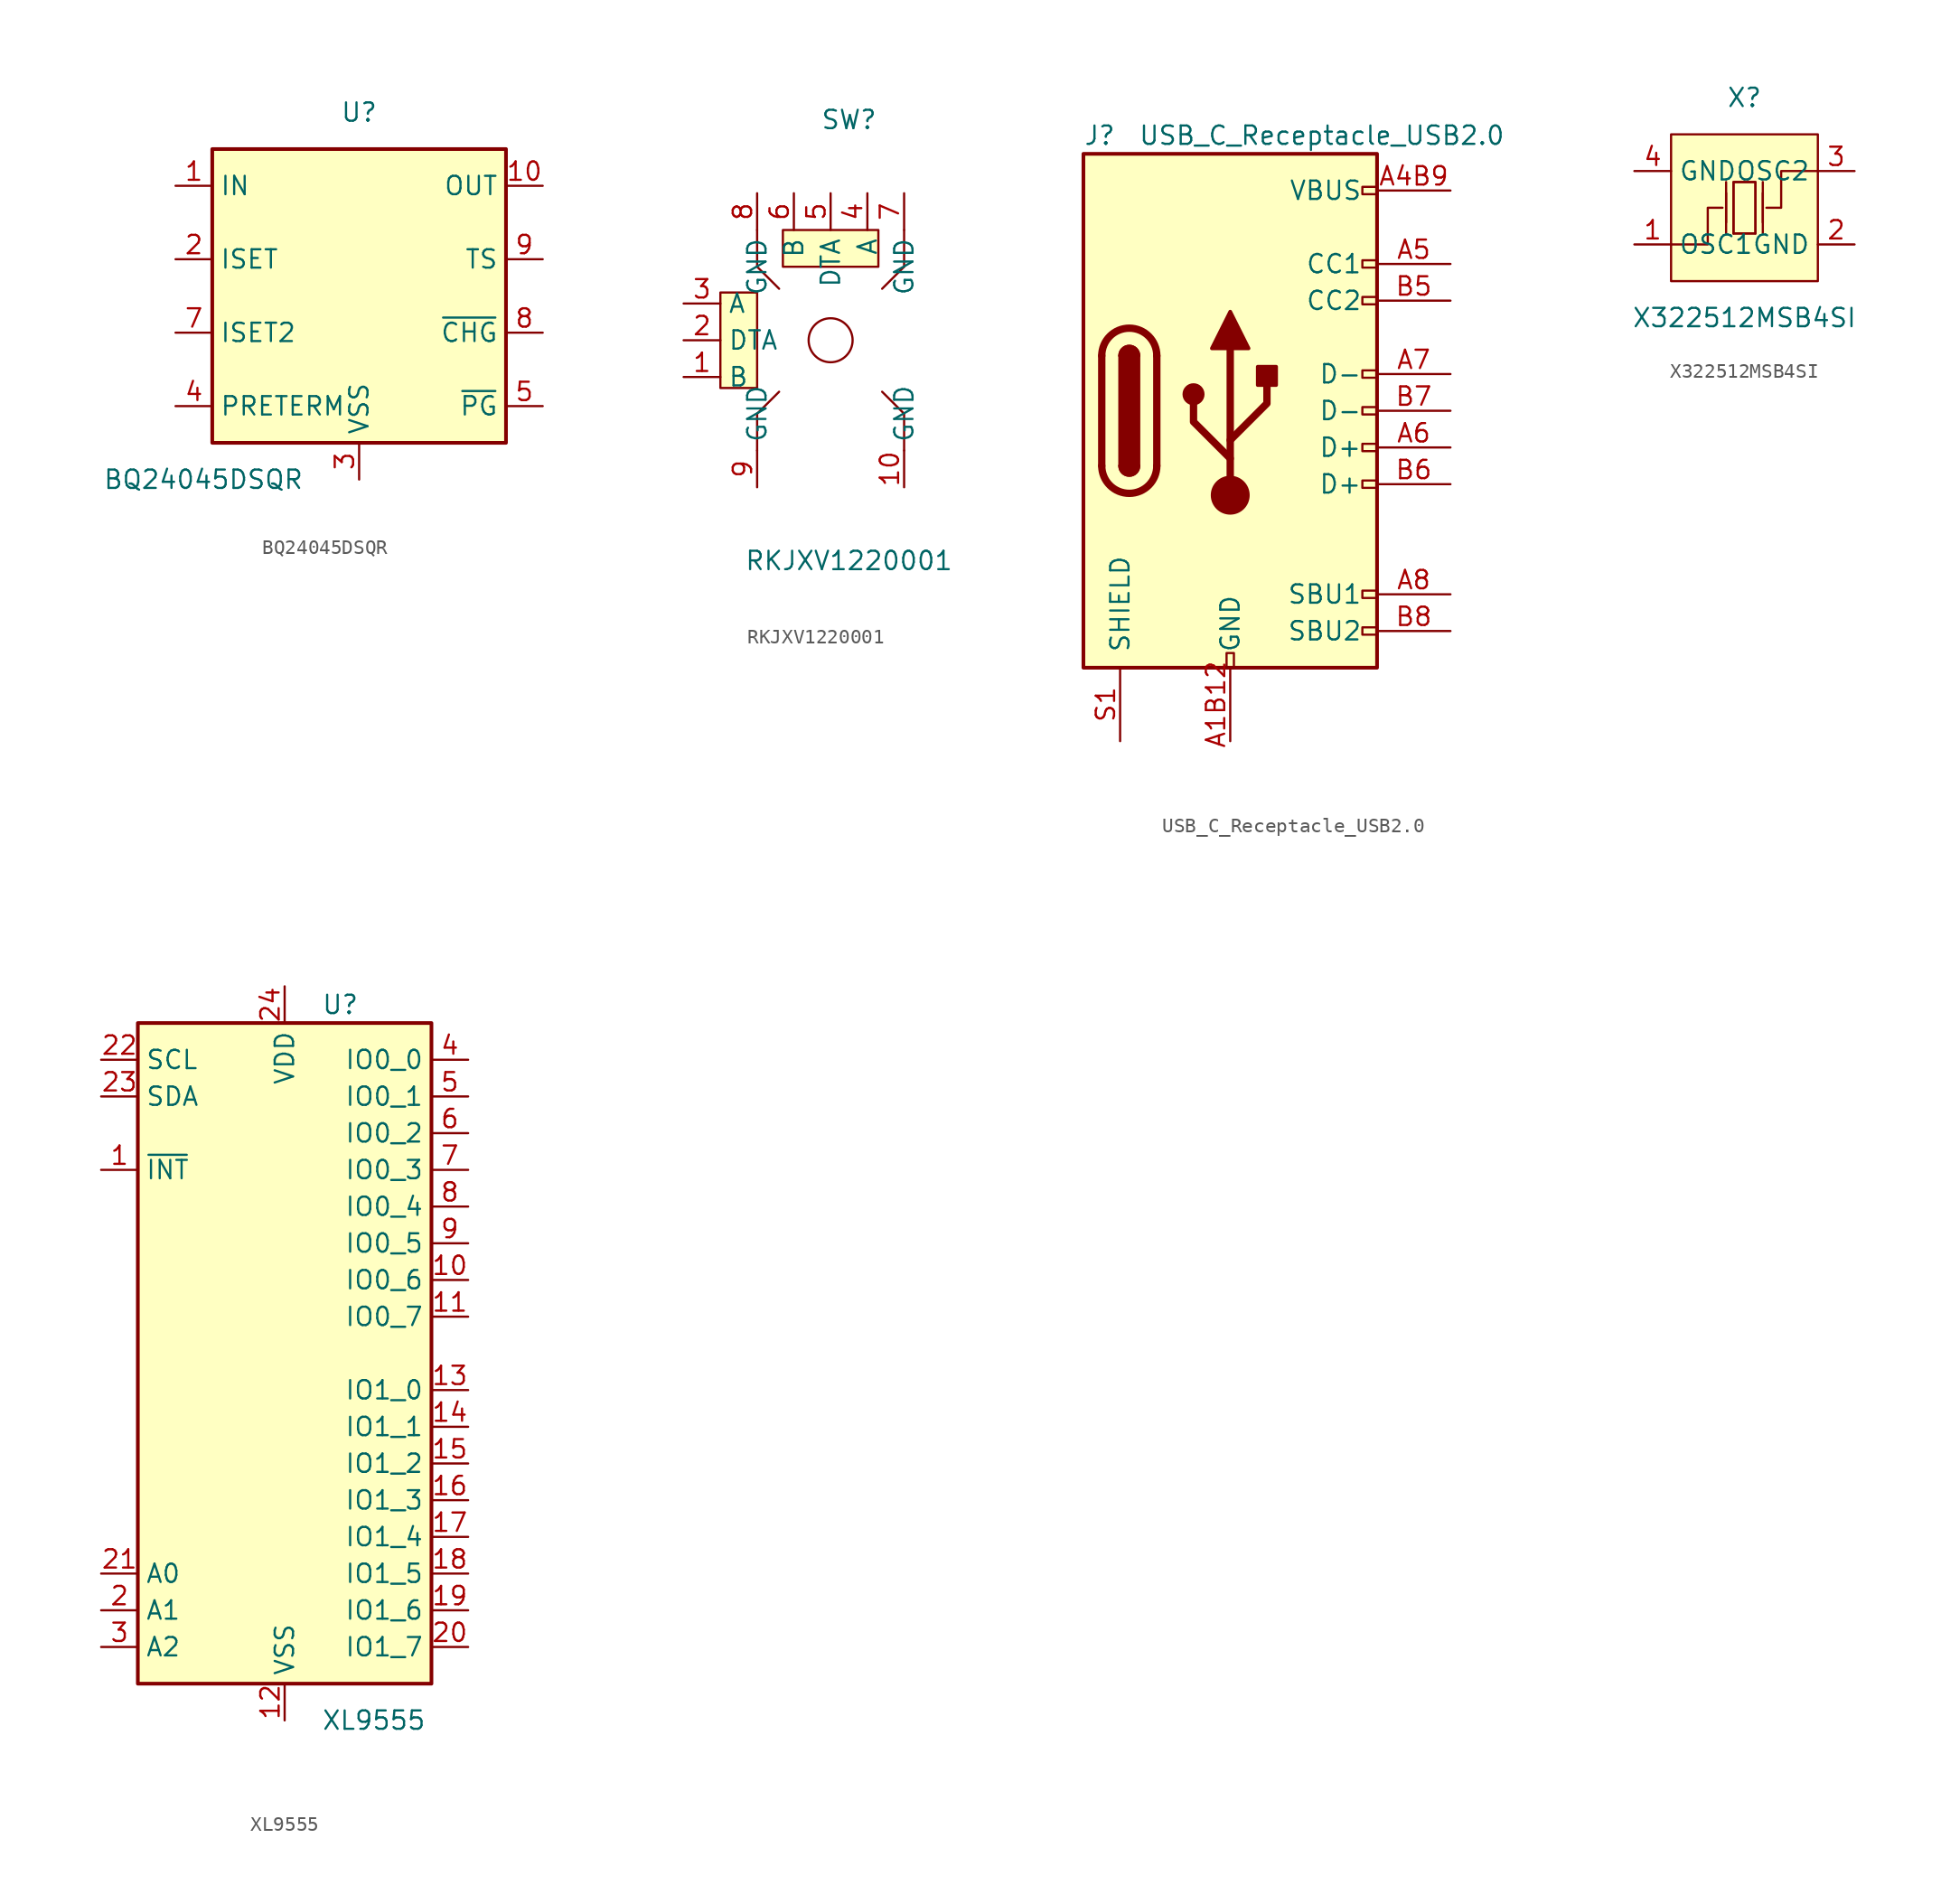
<source format=kicad_sym>
(kicad_symbol_lib
  (version 20220914)
  (generator kicad_symbol_editor)
  (symbol "BQ24045DSQR"
    (property "Reference" "U"
      (at 0 10.16 0)
      (effects (font (size 1.27 1.27))))
    (property "Value" "BQ24045DSQR"
      (at -3.81 -15.24 0)
      (effects (font (size 1.27 1.27)) (justify right)))
    (symbol "BQ24045DSQR_0_1"
      (rectangle (start -10.16 7.62) (end 10.16 -12.7) (stroke (width 0.254) (type default)) (fill (type background))))
    (symbol "BQ24045DSQR_1_1"
      (pin power_in line (at -12.7 5.08 0) (length 2.54) (name "IN" (effects (font (size 1.27 1.27)))) (number "1" (effects (font (size 1.27 1.27)))))
      (pin power_out line (at 12.7 5.08 180) (length 2.54) (name "OUT" (effects (font (size 1.27 1.27)))) (number "10" (effects (font (size 1.27 1.27)))))
      (pin passive line (at 0 -15.24 90) (length 2.54) hide (name "VSS" (effects (font (size 1.27 1.27)))) (number "11" (effects (font (size 1.27 1.27)))))
      (pin passive line (at -12.7 0 0) (length 2.54) (name "ISET" (effects (font (size 1.27 1.27)))) (number "2" (effects (font (size 1.27 1.27)))))
      (pin power_in line (at 0 -15.24 90) (length 2.54) (name "VSS" (effects (font (size 1.27 1.27)))) (number "3" (effects (font (size 1.27 1.27)))))
      (pin passive line (at -12.7 -10.16 0) (length 2.54) (name "PRETERM" (effects (font (size 1.27 1.27)))) (number "4" (effects (font (size 1.27 1.27)))))
      (pin open_collector line (at 12.7 -10.16 180) (length 2.54) (name "~{PG}" (effects (font (size 1.27 1.27)))) (number "5" (effects (font (size 1.27 1.27)))))
      (pin no_connect line (at 5.08 -12.7 90) (length 2.54) hide (name "NC" (effects (font (size 1.27 1.27)))) (number "6" (effects (font (size 1.27 1.27)))))
      (pin passive line (at -12.7 -5.08 0) (length 2.54) (name "ISET2" (effects (font (size 1.27 1.27)))) (number "7" (effects (font (size 1.27 1.27)))))
      (pin open_collector line (at 12.7 -5.08 180) (length 2.54) (name "~{CHG}" (effects (font (size 1.27 1.27)))) (number "8" (effects (font (size 1.27 1.27)))))
      (pin passive line (at 12.7 0 180) (length 2.54) (name "TS" (effects (font (size 1.27 1.27)))) (number "9" (effects (font (size 1.27 1.27)))))))
  (symbol "RKJXV1220001"
    (property "Reference" "SW"
      (at 0 15.24 0)
      (effects (font (size 1.27 1.27))))
    (property "Value" "RKJXV1220001"
      (at 0 -15.24 0)
      (effects (font (size 1.27 1.27))))
    (symbol "RKJXV1220001_0_1"
      (rectangle (start -8.89 3.3) (end -6.35 -3.3) (stroke (width 0) (type default)) (fill (type background)))
      (rectangle (start -4.57 7.62) (end 2.03 5.08) (stroke (width 0) (type default)) (fill (type background)))
      (circle (center -1.27 0) (radius 1.52) (stroke (width 0) (type default)) (fill (type none)))
      (polyline (pts (xy 3.81 5.08) (xy 2.29 3.56)) (stroke (width 0) (type default)) (fill (type none)))
      (polyline (pts (xy 3.81 5.08) (xy 3.81 7.62)) (stroke (width 0) (type default)) (fill (type none)))
      (polyline (pts (xy -6.35 -7.62) (xy -6.35 -5.08) (xy -4.83 -3.56)) (stroke (width 0) (type default)) (fill (type none)))
      (polyline (pts (xy -6.35 7.62) (xy -6.35 5.08) (xy -4.83 3.56)) (stroke (width 0) (type default)) (fill (type none)))
      (polyline (pts (xy 3.81 -7.62) (xy 3.81 -5.08) (xy 2.29 -3.56)) (stroke (width 0) (type default)) (fill (type none)))
      (pin unspecified line (at -11.43 -2.54 0) (length 2.54) (name "B" (effects (font (size 1.27 1.27)))) (number "1" (effects (font (size 1.27 1.27)))))
      (pin unspecified line (at 3.81 -10.16 90) (length 2.54) (name "GND" (effects (font (size 1.27 1.27)))) (number "10" (effects (font (size 1.27 1.27)))))
      (pin unspecified line (at -11.43 0 0) (length 2.54) (name "DTA" (effects (font (size 1.27 1.27)))) (number "2" (effects (font (size 1.27 1.27)))))
      (pin unspecified line (at -11.43 2.54 0) (length 2.54) (name "A" (effects (font (size 1.27 1.27)))) (number "3" (effects (font (size 1.27 1.27)))))
      (pin unspecified line (at 1.27 10.16 270) (length 2.54) (name "A" (effects (font (size 1.27 1.27)))) (number "4" (effects (font (size 1.27 1.27)))))
      (pin unspecified line (at -1.27 10.16 270) (length 2.54) (name "DTA" (effects (font (size 1.27 1.27)))) (number "5" (effects (font (size 1.27 1.27)))))
      (pin unspecified line (at -3.81 10.16 270) (length 2.54) (name "B" (effects (font (size 1.27 1.27)))) (number "6" (effects (font (size 1.27 1.27)))))
      (pin unspecified line (at 3.81 10.16 270) (length 2.54) (name "GND" (effects (font (size 1.27 1.27)))) (number "7" (effects (font (size 1.27 1.27)))))
      (pin unspecified line (at -6.35 10.16 270) (length 2.54) (name "GND" (effects (font (size 1.27 1.27)))) (number "8" (effects (font (size 1.27 1.27)))))
      (pin unspecified line (at -6.35 -10.16 90) (length 2.54) (name "GND" (effects (font (size 1.27 1.27)))) (number "9" (effects (font (size 1.27 1.27)))))))
  (symbol "USB_C_Receptacle_USB2.0"
    (pin_names
      (offset 1.016))
    (property "Reference" "J"
      (at -10.16 19.05 0)
      (effects (font (size 1.27 1.27)) (justify left)))
    (property "Value" "USB_C_Receptacle_USB2.0"
      (at 19.05 19.05 0)
      (effects (font (size 1.27 1.27)) (justify right)))
    (symbol "USB_C_Receptacle_USB2.0_0_0"
      (rectangle (start -0.254 -17.78) (end 0.254 -16.764) (stroke (width 0) (type default)) (fill (type none)))
      (rectangle (start 10.16 -14.986) (end 9.144 -15.494) (stroke (width 0) (type default)) (fill (type none)))
      (rectangle (start 10.16 -12.446) (end 9.144 -12.954) (stroke (width 0) (type default)) (fill (type none)))
      (rectangle (start 10.16 -4.826) (end 9.144 -5.334) (stroke (width 0) (type default)) (fill (type none)))
      (rectangle (start 10.16 -2.286) (end 9.144 -2.794) (stroke (width 0) (type default)) (fill (type none)))
      (rectangle (start 10.16 0.254) (end 9.144 -0.254) (stroke (width 0) (type default)) (fill (type none)))
      (rectangle (start 10.16 2.794) (end 9.144 2.286) (stroke (width 0) (type default)) (fill (type none)))
      (rectangle (start 10.16 7.874) (end 9.144 7.366) (stroke (width 0) (type default)) (fill (type none)))
      (rectangle (start 10.16 10.414) (end 9.144 9.906) (stroke (width 0) (type default)) (fill (type none)))
      (rectangle (start 10.16 15.494) (end 9.144 14.986) (stroke (width 0) (type default)) (fill (type none))))
    (symbol "USB_C_Receptacle_USB2.0_0_1"
      (rectangle (start -10.16 17.78) (end 10.16 -17.78) (stroke (width 0.254) (type default)) (fill (type background)))
      (arc (start -8.89 -3.81) (mid -6.985 -5.7067) (end -5.08 -3.81) (stroke (width 0.508) (type default)) (fill (type none)))
      (arc (start -7.62 -3.81) (mid -6.985 -4.4423) (end -6.35 -3.81) (stroke (width 0.254) (type default)) (fill (type none)))
      (arc (start -7.62 -3.81) (mid -6.985 -4.4423) (end -6.35 -3.81) (stroke (width 0.254) (type default)) (fill (type outline)))
      (rectangle (start -7.62 -3.81) (end -6.35 3.81) (stroke (width 0.254) (type default)) (fill (type outline)))
      (arc (start -6.35 3.81) (mid -6.985 4.4423) (end -7.62 3.81) (stroke (width 0.254) (type default)) (fill (type none)))
      (arc (start -6.35 3.81) (mid -6.985 4.4423) (end -7.62 3.81) (stroke (width 0.254) (type default)) (fill (type outline)))
      (arc (start -5.08 3.81) (mid -6.985 5.7067) (end -8.89 3.81) (stroke (width 0.508) (type default)) (fill (type none)))
      (circle (center -2.54 1.143) (radius 0.635) (stroke (width 0.254) (type default)) (fill (type outline)))
      (circle (center 0 -5.842) (radius 1.27) (stroke (width 0) (type default)) (fill (type outline)))
      (polyline (pts (xy -8.89 -3.81) (xy -8.89 3.81)) (stroke (width 0.508) (type default)) (fill (type none)))
      (polyline (pts (xy -5.08 3.81) (xy -5.08 -3.81)) (stroke (width 0.508) (type default)) (fill (type none)))
      (polyline (pts (xy 0 -5.842) (xy 0 4.318)) (stroke (width 0.508) (type default)) (fill (type none)))
      (polyline (pts (xy 0 -3.302) (xy -2.54 -0.762) (xy -2.54 0.508)) (stroke (width 0.508) (type default)) (fill (type none)))
      (polyline (pts (xy 0 -2.032) (xy 2.54 0.508) (xy 2.54 1.778)) (stroke (width 0.508) (type default)) (fill (type none)))
      (polyline (pts (xy -1.27 4.318) (xy 0 6.858) (xy 1.27 4.318) (xy -1.27 4.318)) (stroke (width 0.254) (type default)) (fill (type outline)))
      (rectangle (start 1.905 1.778) (end 3.175 3.048) (stroke (width 0.254) (type default)) (fill (type outline))))
    (symbol "USB_C_Receptacle_USB2.0_1_1"
      (pin power_out line (at 0 -22.86 90) (length 5.08) (name "GND" (effects (font (size 1.27 1.27)))) (number "A1B12" (effects (font (size 1.27 1.27)))))
      (pin power_out line (at 15.24 15.24 180) (length 5.08) (name "VBUS" (effects (font (size 1.27 1.27)))) (number "A4B9" (effects (font (size 1.27 1.27)))))
      (pin bidirectional line (at 15.24 10.16 180) (length 5.08) (name "CC1" (effects (font (size 1.27 1.27)))) (number "A5" (effects (font (size 1.27 1.27)))))
      (pin bidirectional line (at 15.24 -2.54 180) (length 5.08) (name "D+" (effects (font (size 1.27 1.27)))) (number "A6" (effects (font (size 1.27 1.27)))))
      (pin bidirectional line (at 15.24 2.54 180) (length 5.08) (name "D-" (effects (font (size 1.27 1.27)))) (number "A7" (effects (font (size 1.27 1.27)))))
      (pin bidirectional line (at 15.24 -12.7 180) (length 5.08) (name "SBU1" (effects (font (size 1.27 1.27)))) (number "A8" (effects (font (size 1.27 1.27)))))
      (pin power_out line (at 0 -22.86 90) (length 5.08) hide (name "GND" (effects (font (size 1.27 1.27)))) (number "B1A12" (effects (font (size 1.27 1.27)))))
      (pin power_out line (at 15.24 15.24 180) (length 5.08) hide (name "VBUS" (effects (font (size 1.27 1.27)))) (number "B4A9" (effects (font (size 1.27 1.27)))))
      (pin bidirectional line (at 15.24 7.62 180) (length 5.08) (name "CC2" (effects (font (size 1.27 1.27)))) (number "B5" (effects (font (size 1.27 1.27)))))
      (pin bidirectional line (at 15.24 -5.08 180) (length 5.08) (name "D+" (effects (font (size 1.27 1.27)))) (number "B6" (effects (font (size 1.27 1.27)))))
      (pin bidirectional line (at 15.24 0 180) (length 5.08) (name "D-" (effects (font (size 1.27 1.27)))) (number "B7" (effects (font (size 1.27 1.27)))))
      (pin bidirectional line (at 15.24 -15.24 180) (length 5.08) (name "SBU2" (effects (font (size 1.27 1.27)))) (number "B8" (effects (font (size 1.27 1.27)))))
      (pin passive line (at -7.62 -22.86 90) (length 5.08) (name "SHIELD" (effects (font (size 1.27 1.27)))) (number "S1" (effects (font (size 1.27 1.27)))))))
  (symbol "X322512MSB4SI"
    (property "Reference" "X"
      (at 0 7.62 0)
      (effects (font (size 1.27 1.27))))
    (property "Value" "X322512MSB4SI"
      (at 0 -7.62 0)
      (effects (font (size 1.27 1.27))))
    (symbol "X322512MSB4SI_0_1"
      (rectangle (start -5.08 5.08) (end 5.08 -5.08) (stroke (width 0) (type default)) (fill (type background)))
      (polyline (pts (xy -1.27 -1.78) (xy -1.27 1.78)) (stroke (width 0) (type default)) (fill (type none)))
      (polyline (pts (xy -1.27 -1.02) (xy -1.27 1.02)) (stroke (width 0) (type default)) (fill (type none)))
      (polyline (pts (xy 0.76 -1.78) (xy -0.76 -1.78)) (stroke (width 0) (type default)) (fill (type none)))
      (polyline (pts (xy 1.27 -1.78) (xy 1.27 1.78)) (stroke (width 0) (type default)) (fill (type none)))
      (polyline (pts (xy 1.27 -1.02) (xy 1.27 1.02)) (stroke (width 0) (type default)) (fill (type none)))
      (polyline (pts (xy -5.08 -2.54) (xy -2.54 -2.54) (xy -2.54 0) (xy -1.52 0)) (stroke (width 0) (type default)) (fill (type none)))
      (polyline (pts (xy -0.76 -1.78) (xy -0.76 1.78) (xy 0.76 1.78) (xy 0.76 -1.78)) (stroke (width 0) (type default)) (fill (type none)))
      (polyline (pts (xy 5.08 2.54) (xy 2.54 2.54) (xy 2.54 0) (xy 1.52 0)) (stroke (width 0) (type default)) (fill (type none)))
      (polyline (pts (xy 0.76 1.78) (xy 0.76 -1.78) (xy -0.76 -1.78) (xy -0.76 1.78) (xy 0.76 1.78)) (stroke (width 0) (type default)) (fill (type background))))
    (symbol "X322512MSB4SI_1_1"
      (pin bidirectional line (at -7.62 -2.54 0) (length 2.54) (name "OSC1" (effects (font (size 1.27 1.27)))) (number "1" (effects (font (size 1.27 1.27)))))
      (pin power_in line (at 7.62 -2.54 180) (length 2.54) (name "GND" (effects (font (size 1.27 1.27)))) (number "2" (effects (font (size 1.27 1.27)))))
      (pin bidirectional line (at 7.62 2.54 180) (length 2.54) (name "OSC2" (effects (font (size 1.27 1.27)))) (number "3" (effects (font (size 1.27 1.27)))))
      (pin power_in line (at -7.62 2.54 0) (length 2.54) (name "GND" (effects (font (size 1.27 1.27)))) (number "4" (effects (font (size 1.27 1.27)))))))
  (symbol "XL9555"
    (property "Reference" "U"
      (at 2.54 24.13 0)
      (effects (font (size 1.27 1.27)) (justify left)))
    (property "Value" "XL9555"
      (at 2.54 -25.4 0)
      (effects (font (size 1.27 1.27)) (justify left)))
    (symbol "XL9555_0_1"
      (rectangle (start -10.16 22.86) (end 10.16 -22.86) (stroke (width 0.254) (type default)) (fill (type background))))
    (symbol "XL9555_1_1"
      (pin open_collector line (at -12.7 12.7 0) (length 2.54) (name "~{INT}" (effects (font (size 1.27 1.27)))) (number "1" (effects (font (size 1.27 1.27)))))
      (pin bidirectional line (at 12.7 5.08 180) (length 2.54) (name "IO0_6" (effects (font (size 1.27 1.27)))) (number "10" (effects (font (size 1.27 1.27)))))
      (pin bidirectional line (at 12.7 2.54 180) (length 2.54) (name "IO0_7" (effects (font (size 1.27 1.27)))) (number "11" (effects (font (size 1.27 1.27)))))
      (pin power_in line (at 0 -25.4 90) (length 2.54) (name "VSS" (effects (font (size 1.27 1.27)))) (number "12" (effects (font (size 1.27 1.27)))))
      (pin bidirectional line (at 12.7 -2.54 180) (length 2.54) (name "IO1_0" (effects (font (size 1.27 1.27)))) (number "13" (effects (font (size 1.27 1.27)))))
      (pin bidirectional line (at 12.7 -5.08 180) (length 2.54) (name "IO1_1" (effects (font (size 1.27 1.27)))) (number "14" (effects (font (size 1.27 1.27)))))
      (pin bidirectional line (at 12.7 -7.62 180) (length 2.54) (name "IO1_2" (effects (font (size 1.27 1.27)))) (number "15" (effects (font (size 1.27 1.27)))))
      (pin bidirectional line (at 12.7 -10.16 180) (length 2.54) (name "IO1_3" (effects (font (size 1.27 1.27)))) (number "16" (effects (font (size 1.27 1.27)))))
      (pin bidirectional line (at 12.7 -12.7 180) (length 2.54) (name "IO1_4" (effects (font (size 1.27 1.27)))) (number "17" (effects (font (size 1.27 1.27)))))
      (pin bidirectional line (at 12.7 -15.24 180) (length 2.54) (name "IO1_5" (effects (font (size 1.27 1.27)))) (number "18" (effects (font (size 1.27 1.27)))))
      (pin bidirectional line (at 12.7 -17.78 180) (length 2.54) (name "IO1_6" (effects (font (size 1.27 1.27)))) (number "19" (effects (font (size 1.27 1.27)))))
      (pin input line (at -12.7 -17.78 0) (length 2.54) (name "A1" (effects (font (size 1.27 1.27)))) (number "2" (effects (font (size 1.27 1.27)))))
      (pin bidirectional line (at 12.7 -20.32 180) (length 2.54) (name "IO1_7" (effects (font (size 1.27 1.27)))) (number "20" (effects (font (size 1.27 1.27)))))
      (pin input line (at -12.7 -15.24 0) (length 2.54) (name "A0" (effects (font (size 1.27 1.27)))) (number "21" (effects (font (size 1.27 1.27)))))
      (pin input line (at -12.7 20.32 0) (length 2.54) (name "SCL" (effects (font (size 1.27 1.27)))) (number "22" (effects (font (size 1.27 1.27)))))
      (pin bidirectional line (at -12.7 17.78 0) (length 2.54) (name "SDA" (effects (font (size 1.27 1.27)))) (number "23" (effects (font (size 1.27 1.27)))))
      (pin power_in line (at 0 25.4 270) (length 2.54) (name "VDD" (effects (font (size 1.27 1.27)))) (number "24" (effects (font (size 1.27 1.27)))))
      (pin input line (at -12.7 -20.32 0) (length 2.54) (name "A2" (effects (font (size 1.27 1.27)))) (number "3" (effects (font (size 1.27 1.27)))))
      (pin bidirectional line (at 12.7 20.32 180) (length 2.54) (name "IO0_0" (effects (font (size 1.27 1.27)))) (number "4" (effects (font (size 1.27 1.27)))))
      (pin bidirectional line (at 12.7 17.78 180) (length 2.54) (name "IO0_1" (effects (font (size 1.27 1.27)))) (number "5" (effects (font (size 1.27 1.27)))))
      (pin bidirectional line (at 12.7 15.24 180) (length 2.54) (name "IO0_2" (effects (font (size 1.27 1.27)))) (number "6" (effects (font (size 1.27 1.27)))))
      (pin bidirectional line (at 12.7 12.7 180) (length 2.54) (name "IO0_3" (effects (font (size 1.27 1.27)))) (number "7" (effects (font (size 1.27 1.27)))))
      (pin bidirectional line (at 12.7 10.16 180) (length 2.54) (name "IO0_4" (effects (font (size 1.27 1.27)))) (number "8" (effects (font (size 1.27 1.27)))))
      (pin bidirectional line (at 12.7 7.62 180) (length 2.54) (name "IO0_5" (effects (font (size 1.27 1.27)))) (number "9" (effects (font (size 1.27 1.27))))))))
</source>
